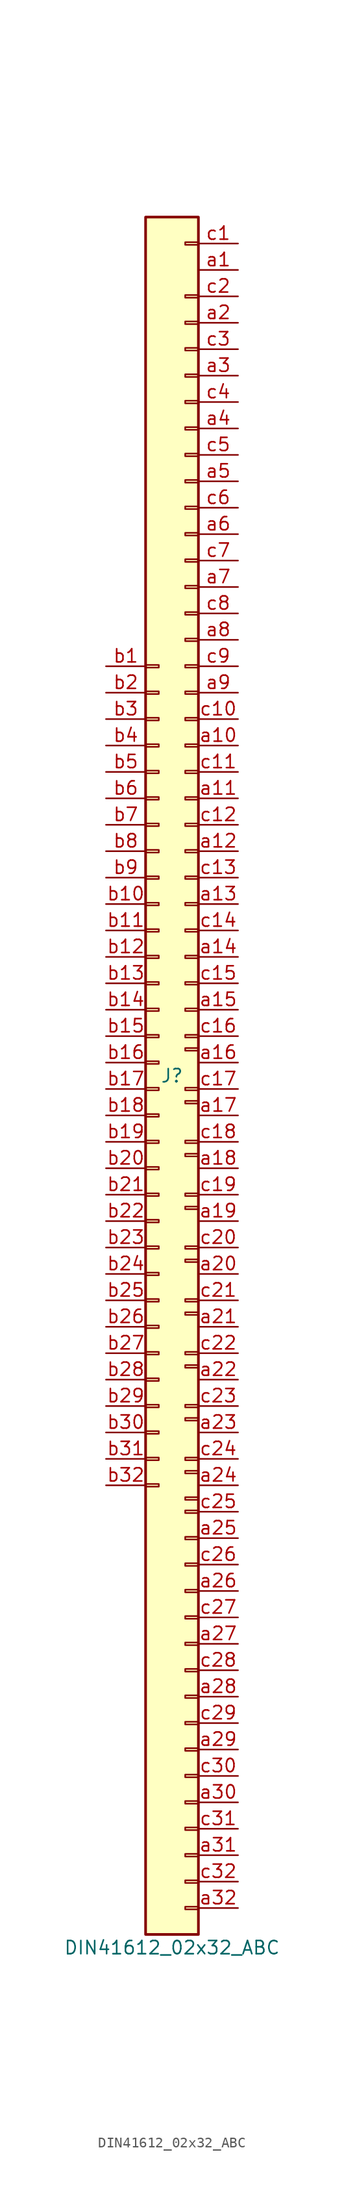
<source format=kicad_sym>
(kicad_symbol_lib
  (version 20231120)
  (generator "kicad_symbol_editor")
  (generator_version "8.0")
  (symbol "DIN41612_02x32_ABC"
    (pin_names
      (offset 1.016) hide)
    (property "Reference" "J"
      (at 1.27 0 0)
      (effects (font (size 1.27 1.27))))
    (property "Value" "DIN41612_02x32_ABC"
      (at 1.27 -83.82 0)
      (effects (font (size 1.27 1.27))))
    (symbol "DIN41612_02x32_ABC_1_1"
      (rectangle (start -1.27 82.55) (end 3.81 -82.55) (stroke (width 0.254) (type default)) (fill (type background)))
      (rectangle (start 0 -39.497) (end -1.27 -39.243) (stroke (width 0.152) (type default)) (fill (type none)))
      (rectangle (start 0 -36.957) (end -1.27 -36.703) (stroke (width 0.152) (type default)) (fill (type none)))
      (rectangle (start 0 -34.417) (end -1.27 -34.163) (stroke (width 0.152) (type default)) (fill (type none)))
      (rectangle (start 0 -31.877) (end -1.27 -31.623) (stroke (width 0.152) (type default)) (fill (type none)))
      (rectangle (start 0 -29.337) (end -1.27 -29.083) (stroke (width 0.152) (type default)) (fill (type none)))
      (rectangle (start 0 -26.797) (end -1.27 -26.543) (stroke (width 0.152) (type default)) (fill (type none)))
      (rectangle (start 0 -24.257) (end -1.27 -24.003) (stroke (width 0.152) (type default)) (fill (type none)))
      (rectangle (start 0 -21.717) (end -1.27 -21.463) (stroke (width 0.152) (type default)) (fill (type none)))
      (rectangle (start 0 -19.177) (end -1.27 -18.923) (stroke (width 0.152) (type default)) (fill (type none)))
      (rectangle (start 0 -16.637) (end -1.27 -16.383) (stroke (width 0.152) (type default)) (fill (type none)))
      (rectangle (start 0 -14.097) (end -1.27 -13.843) (stroke (width 0.152) (type default)) (fill (type none)))
      (rectangle (start 0 -11.557) (end -1.27 -11.303) (stroke (width 0.152) (type default)) (fill (type none)))
      (rectangle (start 0 -9.017) (end -1.27 -8.763) (stroke (width 0.152) (type default)) (fill (type none)))
      (rectangle (start 0 -6.477) (end -1.27 -6.223) (stroke (width 0.152) (type default)) (fill (type none)))
      (rectangle (start 0 -3.937) (end -1.27 -3.683) (stroke (width 0.152) (type default)) (fill (type none)))
      (rectangle (start 0 -1.397) (end -1.27 -1.143) (stroke (width 0.152) (type default)) (fill (type none)))
      (rectangle (start 0 1.143) (end -1.27 1.397) (stroke (width 0.152) (type default)) (fill (type none)))
      (rectangle (start 0 3.683) (end -1.27 3.937) (stroke (width 0.152) (type default)) (fill (type none)))
      (rectangle (start 0 6.223) (end -1.27 6.477) (stroke (width 0.152) (type default)) (fill (type none)))
      (rectangle (start 0 8.763) (end -1.27 9.017) (stroke (width 0.152) (type default)) (fill (type none)))
      (rectangle (start 0 11.303) (end -1.27 11.557) (stroke (width 0.152) (type default)) (fill (type none)))
      (rectangle (start 0 13.843) (end -1.27 14.097) (stroke (width 0.152) (type default)) (fill (type none)))
      (rectangle (start 0 16.383) (end -1.27 16.637) (stroke (width 0.152) (type default)) (fill (type none)))
      (rectangle (start 0 18.923) (end -1.27 19.177) (stroke (width 0.152) (type default)) (fill (type none)))
      (rectangle (start 0 21.463) (end -1.27 21.717) (stroke (width 0.152) (type default)) (fill (type none)))
      (rectangle (start 0 24.003) (end -1.27 24.257) (stroke (width 0.152) (type default)) (fill (type none)))
      (rectangle (start 0 26.543) (end -1.27 26.797) (stroke (width 0.152) (type default)) (fill (type none)))
      (rectangle (start 0 29.083) (end -1.27 29.337) (stroke (width 0.152) (type default)) (fill (type none)))
      (rectangle (start 0 31.623) (end -1.27 31.877) (stroke (width 0.152) (type default)) (fill (type none)))
      (rectangle (start 0 34.163) (end -1.27 34.417) (stroke (width 0.152) (type default)) (fill (type none)))
      (rectangle (start 0 36.703) (end -1.27 36.957) (stroke (width 0.152) (type default)) (fill (type none)))
      (rectangle (start 0 39.243) (end -1.27 39.497) (stroke (width 0.152) (type default)) (fill (type none)))
      (rectangle (start 2.54 -80.137) (end 3.81 -79.883) (stroke (width 0.152) (type default)) (fill (type none)))
      (rectangle (start 2.54 -75.057) (end 3.81 -74.803) (stroke (width 0.152) (type default)) (fill (type none)))
      (rectangle (start 2.54 -69.977) (end 3.81 -69.723) (stroke (width 0.152) (type default)) (fill (type none)))
      (rectangle (start 2.54 -64.897) (end 3.81 -64.643) (stroke (width 0.152) (type default)) (fill (type none)))
      (rectangle (start 2.54 -59.817) (end 3.81 -59.563) (stroke (width 0.152) (type default)) (fill (type none)))
      (rectangle (start 2.54 -54.737) (end 3.81 -54.483) (stroke (width 0.152) (type default)) (fill (type none)))
      (rectangle (start 2.54 -49.657) (end 3.81 -49.403) (stroke (width 0.152) (type default)) (fill (type none)))
      (rectangle (start 2.54 -44.577) (end 3.81 -44.323) (stroke (width 0.152) (type default)) (fill (type none)))
      (rectangle (start 2.54 -40.767) (end 3.81 -40.513) (stroke (width 0.152) (type default)) (fill (type none)))
      (rectangle (start 2.54 -38.227) (end 3.81 -37.973) (stroke (width 0.152) (type default)) (fill (type none)))
      (rectangle (start 2.54 -33.147) (end 3.81 -32.893) (stroke (width 0.152) (type default)) (fill (type none)))
      (rectangle (start 2.54 -28.067) (end 3.81 -27.813) (stroke (width 0.152) (type default)) (fill (type none)))
      (rectangle (start 2.54 -22.987) (end 3.81 -22.733) (stroke (width 0.152) (type default)) (fill (type none)))
      (rectangle (start 2.54 -17.907) (end 3.81 -17.653) (stroke (width 0.152) (type default)) (fill (type none)))
      (rectangle (start 2.54 -12.827) (end 3.81 -12.573) (stroke (width 0.152) (type default)) (fill (type none)))
      (rectangle (start 2.54 -7.747) (end 3.81 -7.493) (stroke (width 0.152) (type default)) (fill (type none)))
      (rectangle (start 2.54 -2.667) (end 3.81 -2.413) (stroke (width 0.152) (type default)) (fill (type none)))
      (rectangle (start 2.54 2.413) (end 3.81 2.667) (stroke (width 0.152) (type default)) (fill (type none)))
      (rectangle (start 2.54 6.223) (end 3.81 6.477) (stroke (width 0.152) (type default)) (fill (type none)))
      (rectangle (start 2.54 11.303) (end 3.81 11.557) (stroke (width 0.152) (type default)) (fill (type none)))
      (rectangle (start 2.54 16.383) (end 3.81 16.637) (stroke (width 0.152) (type default)) (fill (type none)))
      (rectangle (start 2.54 21.463) (end 3.81 21.717) (stroke (width 0.152) (type default)) (fill (type none)))
      (rectangle (start 2.54 26.543) (end 3.81 26.797) (stroke (width 0.152) (type default)) (fill (type none)))
      (rectangle (start 2.54 31.623) (end 3.81 31.877) (stroke (width 0.152) (type default)) (fill (type none)))
      (rectangle (start 2.54 36.703) (end 3.81 36.957) (stroke (width 0.152) (type default)) (fill (type none)))
      (rectangle (start 2.54 41.783) (end 3.81 42.037) (stroke (width 0.152) (type default)) (fill (type none)))
      (rectangle (start 2.54 46.863) (end 3.81 47.117) (stroke (width 0.152) (type default)) (fill (type none)))
      (rectangle (start 2.54 51.943) (end 3.81 52.197) (stroke (width 0.152) (type default)) (fill (type none)))
      (rectangle (start 2.54 57.023) (end 3.81 57.277) (stroke (width 0.152) (type default)) (fill (type none)))
      (rectangle (start 2.54 62.103) (end 3.81 62.357) (stroke (width 0.152) (type default)) (fill (type none)))
      (rectangle (start 2.54 67.183) (end 3.81 67.437) (stroke (width 0.152) (type default)) (fill (type none)))
      (rectangle (start 2.54 72.263) (end 3.81 72.517) (stroke (width 0.152) (type default)) (fill (type none)))
      (rectangle (start 3.81 -77.343) (end 2.54 -77.597) (stroke (width 0.152) (type default)) (fill (type none)))
      (rectangle (start 3.81 -72.263) (end 2.54 -72.517) (stroke (width 0.152) (type default)) (fill (type none)))
      (rectangle (start 3.81 -67.183) (end 2.54 -67.437) (stroke (width 0.152) (type default)) (fill (type none)))
      (rectangle (start 3.81 -62.103) (end 2.54 -62.357) (stroke (width 0.152) (type default)) (fill (type none)))
      (rectangle (start 3.81 -57.023) (end 2.54 -57.277) (stroke (width 0.152) (type default)) (fill (type none)))
      (rectangle (start 3.81 -51.943) (end 2.54 -52.197) (stroke (width 0.152) (type default)) (fill (type none)))
      (rectangle (start 3.81 -46.863) (end 2.54 -47.117) (stroke (width 0.152) (type default)) (fill (type none)))
      (rectangle (start 3.81 -41.783) (end 2.54 -42.037) (stroke (width 0.152) (type default)) (fill (type none)))
      (rectangle (start 3.81 -36.703) (end 2.54 -36.957) (stroke (width 0.152) (type default)) (fill (type none)))
      (rectangle (start 3.81 -31.623) (end 2.54 -31.877) (stroke (width 0.152) (type default)) (fill (type none)))
      (rectangle (start 3.81 -26.543) (end 2.54 -26.797) (stroke (width 0.152) (type default)) (fill (type none)))
      (rectangle (start 3.81 -21.463) (end 2.54 -21.717) (stroke (width 0.152) (type default)) (fill (type none)))
      (rectangle (start 3.81 -16.383) (end 2.54 -16.637) (stroke (width 0.152) (type default)) (fill (type none)))
      (rectangle (start 3.81 -11.303) (end 2.54 -11.557) (stroke (width 0.152) (type default)) (fill (type none)))
      (rectangle (start 3.81 -6.223) (end 2.54 -6.477) (stroke (width 0.152) (type default)) (fill (type none)))
      (rectangle (start 3.81 -1.143) (end 2.54 -1.397) (stroke (width 0.152) (type default)) (fill (type none)))
      (rectangle (start 3.81 3.937) (end 2.54 3.683) (stroke (width 0.152) (type default)) (fill (type none)))
      (rectangle (start 3.81 9.017) (end 2.54 8.763) (stroke (width 0.152) (type default)) (fill (type none)))
      (rectangle (start 3.81 14.097) (end 2.54 13.843) (stroke (width 0.152) (type default)) (fill (type none)))
      (rectangle (start 3.81 19.177) (end 2.54 18.923) (stroke (width 0.152) (type default)) (fill (type none)))
      (rectangle (start 3.81 24.257) (end 2.54 24.003) (stroke (width 0.152) (type default)) (fill (type none)))
      (rectangle (start 3.81 29.337) (end 2.54 29.083) (stroke (width 0.152) (type default)) (fill (type none)))
      (rectangle (start 3.81 34.417) (end 2.54 34.163) (stroke (width 0.152) (type default)) (fill (type none)))
      (rectangle (start 3.81 39.497) (end 2.54 39.243) (stroke (width 0.152) (type default)) (fill (type none)))
      (rectangle (start 3.81 44.577) (end 2.54 44.323) (stroke (width 0.152) (type default)) (fill (type none)))
      (rectangle (start 3.81 49.657) (end 2.54 49.403) (stroke (width 0.152) (type default)) (fill (type none)))
      (rectangle (start 3.81 54.737) (end 2.54 54.483) (stroke (width 0.152) (type default)) (fill (type none)))
      (rectangle (start 3.81 59.817) (end 2.54 59.563) (stroke (width 0.152) (type default)) (fill (type none)))
      (rectangle (start 3.81 64.897) (end 2.54 64.643) (stroke (width 0.152) (type default)) (fill (type none)))
      (rectangle (start 3.81 69.977) (end 2.54 69.723) (stroke (width 0.152) (type default)) (fill (type none)))
      (rectangle (start 3.81 75.057) (end 2.54 74.803) (stroke (width 0.152) (type default)) (fill (type none)))
      (rectangle (start 3.81 80.137) (end 2.54 79.883) (stroke (width 0.152) (type default)) (fill (type none)))
      (pin passive line (at 7.62 77.47 180) (length 3.81) (name "Pin_a1" (effects (font (size 1.27 1.27)))) (number "a1" (effects (font (size 1.27 1.27)))))
      (pin passive line (at 7.62 31.75 180) (length 3.81) (name "Pin_a10" (effects (font (size 1.27 1.27)))) (number "a10" (effects (font (size 1.27 1.27)))))
      (pin passive line (at 7.62 26.67 180) (length 3.81) (name "Pin_a11" (effects (font (size 1.27 1.27)))) (number "a11" (effects (font (size 1.27 1.27)))))
      (pin passive line (at 7.62 21.59 180) (length 3.81) (name "Pin_a12" (effects (font (size 1.27 1.27)))) (number "a12" (effects (font (size 1.27 1.27)))))
      (pin passive line (at 7.62 16.51 180) (length 3.81) (name "Pin_a13" (effects (font (size 1.27 1.27)))) (number "a13" (effects (font (size 1.27 1.27)))))
      (pin passive line (at 7.62 11.43 180) (length 3.81) (name "Pin_a14" (effects (font (size 1.27 1.27)))) (number "a14" (effects (font (size 1.27 1.27)))))
      (pin passive line (at 7.62 6.35 180) (length 3.81) (name "Pin_a15" (effects (font (size 1.27 1.27)))) (number "a15" (effects (font (size 1.27 1.27)))))
      (pin passive line (at 7.62 1.27 180) (length 3.81) (name "Pin_a16" (effects (font (size 1.27 1.27)))) (number "a16" (effects (font (size 1.27 1.27)))))
      (pin passive line (at 7.62 -3.81 180) (length 3.81) (name "Pin_a17" (effects (font (size 1.27 1.27)))) (number "a17" (effects (font (size 1.27 1.27)))))
      (pin passive line (at 7.62 -8.89 180) (length 3.81) (name "Pin_a18" (effects (font (size 1.27 1.27)))) (number "a18" (effects (font (size 1.27 1.27)))))
      (pin passive line (at 7.62 -13.97 180) (length 3.81) (name "Pin_a19" (effects (font (size 1.27 1.27)))) (number "a19" (effects (font (size 1.27 1.27)))))
      (pin passive line (at 7.62 72.39 180) (length 3.81) (name "Pin_a2" (effects (font (size 1.27 1.27)))) (number "a2" (effects (font (size 1.27 1.27)))))
      (pin passive line (at 7.62 -19.05 180) (length 3.81) (name "Pin_a20" (effects (font (size 1.27 1.27)))) (number "a20" (effects (font (size 1.27 1.27)))))
      (pin passive line (at 7.62 -24.13 180) (length 3.81) (name "Pin_a21" (effects (font (size 1.27 1.27)))) (number "a21" (effects (font (size 1.27 1.27)))))
      (pin passive line (at 7.62 -29.21 180) (length 3.81) (name "Pin_a22" (effects (font (size 1.27 1.27)))) (number "a22" (effects (font (size 1.27 1.27)))))
      (pin passive line (at 7.62 -34.29 180) (length 3.81) (name "Pin_a23" (effects (font (size 1.27 1.27)))) (number "a23" (effects (font (size 1.27 1.27)))))
      (pin passive line (at 7.62 -39.37 180) (length 3.81) (name "Pin_a24" (effects (font (size 1.27 1.27)))) (number "a24" (effects (font (size 1.27 1.27)))))
      (pin passive line (at 7.62 -44.45 180) (length 3.81) (name "Pin_a25" (effects (font (size 1.27 1.27)))) (number "a25" (effects (font (size 1.27 1.27)))))
      (pin passive line (at 7.62 -49.53 180) (length 3.81) (name "Pin_a26" (effects (font (size 1.27 1.27)))) (number "a26" (effects (font (size 1.27 1.27)))))
      (pin passive line (at 7.62 -54.61 180) (length 3.81) (name "Pin_a27" (effects (font (size 1.27 1.27)))) (number "a27" (effects (font (size 1.27 1.27)))))
      (pin passive line (at 7.62 -59.69 180) (length 3.81) (name "Pin_a28" (effects (font (size 1.27 1.27)))) (number "a28" (effects (font (size 1.27 1.27)))))
      (pin passive line (at 7.62 -64.77 180) (length 3.81) (name "Pin_a29" (effects (font (size 1.27 1.27)))) (number "a29" (effects (font (size 1.27 1.27)))))
      (pin passive line (at 7.62 67.31 180) (length 3.81) (name "Pin_a3" (effects (font (size 1.27 1.27)))) (number "a3" (effects (font (size 1.27 1.27)))))
      (pin passive line (at 7.62 -69.85 180) (length 3.81) (name "Pin_a30" (effects (font (size 1.27 1.27)))) (number "a30" (effects (font (size 1.27 1.27)))))
      (pin passive line (at 7.62 -74.93 180) (length 3.81) (name "Pin_a31" (effects (font (size 1.27 1.27)))) (number "a31" (effects (font (size 1.27 1.27)))))
      (pin passive line (at 7.62 -80.01 180) (length 3.81) (name "Pin_a32" (effects (font (size 1.27 1.27)))) (number "a32" (effects (font (size 1.27 1.27)))))
      (pin passive line (at 7.62 62.23 180) (length 3.81) (name "Pin_a4" (effects (font (size 1.27 1.27)))) (number "a4" (effects (font (size 1.27 1.27)))))
      (pin passive line (at 7.62 57.15 180) (length 3.81) (name "Pin_a5" (effects (font (size 1.27 1.27)))) (number "a5" (effects (font (size 1.27 1.27)))))
      (pin passive line (at 7.62 52.07 180) (length 3.81) (name "Pin_a6" (effects (font (size 1.27 1.27)))) (number "a6" (effects (font (size 1.27 1.27)))))
      (pin passive line (at 7.62 46.99 180) (length 3.81) (name "Pin_a7" (effects (font (size 1.27 1.27)))) (number "a7" (effects (font (size 1.27 1.27)))))
      (pin passive line (at 7.62 41.91 180) (length 3.81) (name "Pin_a8" (effects (font (size 1.27 1.27)))) (number "a8" (effects (font (size 1.27 1.27)))))
      (pin passive line (at 7.62 36.83 180) (length 3.81) (name "Pin_a9" (effects (font (size 1.27 1.27)))) (number "a9" (effects (font (size 1.27 1.27)))))
      (pin passive line (at -5.08 39.37 0) (length 3.81) (name "Pin_b1" (effects (font (size 1.27 1.27)))) (number "b1" (effects (font (size 1.27 1.27)))))
      (pin passive line (at -5.08 16.51 0) (length 3.81) (name "Pin_b10" (effects (font (size 1.27 1.27)))) (number "b10" (effects (font (size 1.27 1.27)))))
      (pin passive line (at -5.08 13.97 0) (length 3.81) (name "Pin_b11" (effects (font (size 1.27 1.27)))) (number "b11" (effects (font (size 1.27 1.27)))))
      (pin passive line (at -5.08 11.43 0) (length 3.81) (name "Pin_b12" (effects (font (size 1.27 1.27)))) (number "b12" (effects (font (size 1.27 1.27)))))
      (pin passive line (at -5.08 8.89 0) (length 3.81) (name "Pin_b13" (effects (font (size 1.27 1.27)))) (number "b13" (effects (font (size 1.27 1.27)))))
      (pin passive line (at -5.08 6.35 0) (length 3.81) (name "Pin_b14" (effects (font (size 1.27 1.27)))) (number "b14" (effects (font (size 1.27 1.27)))))
      (pin passive line (at -5.08 3.81 0) (length 3.81) (name "Pin_b15" (effects (font (size 1.27 1.27)))) (number "b15" (effects (font (size 1.27 1.27)))))
      (pin passive line (at -5.08 1.27 0) (length 3.81) (name "Pin_b16" (effects (font (size 1.27 1.27)))) (number "b16" (effects (font (size 1.27 1.27)))))
      (pin passive line (at -5.08 -1.27 0) (length 3.81) (name "Pin_b17" (effects (font (size 1.27 1.27)))) (number "b17" (effects (font (size 1.27 1.27)))))
      (pin passive line (at -5.08 -3.81 0) (length 3.81) (name "Pin_b18" (effects (font (size 1.27 1.27)))) (number "b18" (effects (font (size 1.27 1.27)))))
      (pin passive line (at -5.08 -6.35 0) (length 3.81) (name "Pin_b19" (effects (font (size 1.27 1.27)))) (number "b19" (effects (font (size 1.27 1.27)))))
      (pin passive line (at -5.08 36.83 0) (length 3.81) (name "Pin_b2" (effects (font (size 1.27 1.27)))) (number "b2" (effects (font (size 1.27 1.27)))))
      (pin passive line (at -5.08 -8.89 0) (length 3.81) (name "Pin_b20" (effects (font (size 1.27 1.27)))) (number "b20" (effects (font (size 1.27 1.27)))))
      (pin passive line (at -5.08 -11.43 0) (length 3.81) (name "Pin_b21" (effects (font (size 1.27 1.27)))) (number "b21" (effects (font (size 1.27 1.27)))))
      (pin passive line (at -5.08 -13.97 0) (length 3.81) (name "Pin_b22" (effects (font (size 1.27 1.27)))) (number "b22" (effects (font (size 1.27 1.27)))))
      (pin passive line (at -5.08 -16.51 0) (length 3.81) (name "Pin_b23" (effects (font (size 1.27 1.27)))) (number "b23" (effects (font (size 1.27 1.27)))))
      (pin passive line (at -5.08 -19.05 0) (length 3.81) (name "Pin_b24" (effects (font (size 1.27 1.27)))) (number "b24" (effects (font (size 1.27 1.27)))))
      (pin passive line (at -5.08 -21.59 0) (length 3.81) (name "Pin_b25" (effects (font (size 1.27 1.27)))) (number "b25" (effects (font (size 1.27 1.27)))))
      (pin passive line (at -5.08 -24.13 0) (length 3.81) (name "Pin_b26" (effects (font (size 1.27 1.27)))) (number "b26" (effects (font (size 1.27 1.27)))))
      (pin passive line (at -5.08 -26.67 0) (length 3.81) (name "Pin_b27" (effects (font (size 1.27 1.27)))) (number "b27" (effects (font (size 1.27 1.27)))))
      (pin passive line (at -5.08 -29.21 0) (length 3.81) (name "Pin_b28" (effects (font (size 1.27 1.27)))) (number "b28" (effects (font (size 1.27 1.27)))))
      (pin passive line (at -5.08 -31.75 0) (length 3.81) (name "Pin_b29" (effects (font (size 1.27 1.27)))) (number "b29" (effects (font (size 1.27 1.27)))))
      (pin passive line (at -5.08 34.29 0) (length 3.81) (name "Pin_b3" (effects (font (size 1.27 1.27)))) (number "b3" (effects (font (size 1.27 1.27)))))
      (pin passive line (at -5.08 -34.29 0) (length 3.81) (name "Pin_b30" (effects (font (size 1.27 1.27)))) (number "b30" (effects (font (size 1.27 1.27)))))
      (pin passive line (at -5.08 -36.83 0) (length 3.81) (name "Pin_b31" (effects (font (size 1.27 1.27)))) (number "b31" (effects (font (size 1.27 1.27)))))
      (pin passive line (at -5.08 -39.37 0) (length 3.81) (name "Pin_b32" (effects (font (size 1.27 1.27)))) (number "b32" (effects (font (size 1.27 1.27)))))
      (pin passive line (at -5.08 31.75 0) (length 3.81) (name "Pin_b4" (effects (font (size 1.27 1.27)))) (number "b4" (effects (font (size 1.27 1.27)))))
      (pin passive line (at -5.08 29.21 0) (length 3.81) (name "Pin_b5" (effects (font (size 1.27 1.27)))) (number "b5" (effects (font (size 1.27 1.27)))))
      (pin passive line (at -5.08 26.67 0) (length 3.81) (name "Pin_b6" (effects (font (size 1.27 1.27)))) (number "b6" (effects (font (size 1.27 1.27)))))
      (pin passive line (at -5.08 24.13 0) (length 3.81) (name "Pin_b7" (effects (font (size 1.27 1.27)))) (number "b7" (effects (font (size 1.27 1.27)))))
      (pin passive line (at -5.08 21.59 0) (length 3.81) (name "Pin_b8" (effects (font (size 1.27 1.27)))) (number "b8" (effects (font (size 1.27 1.27)))))
      (pin passive line (at -5.08 19.05 0) (length 3.81) (name "Pin_b9" (effects (font (size 1.27 1.27)))) (number "b9" (effects (font (size 1.27 1.27)))))
      (pin passive line (at 7.62 80.01 180) (length 3.81) (name "Pin_c1" (effects (font (size 1.27 1.27)))) (number "c1" (effects (font (size 1.27 1.27)))))
      (pin passive line (at 7.62 34.29 180) (length 3.81) (name "Pin_c10" (effects (font (size 1.27 1.27)))) (number "c10" (effects (font (size 1.27 1.27)))))
      (pin passive line (at 7.62 29.21 180) (length 3.81) (name "Pin_c11" (effects (font (size 1.27 1.27)))) (number "c11" (effects (font (size 1.27 1.27)))))
      (pin passive line (at 7.62 24.13 180) (length 3.81) (name "Pin_c12" (effects (font (size 1.27 1.27)))) (number "c12" (effects (font (size 1.27 1.27)))))
      (pin passive line (at 7.62 19.05 180) (length 3.81) (name "Pin_c13" (effects (font (size 1.27 1.27)))) (number "c13" (effects (font (size 1.27 1.27)))))
      (pin passive line (at 7.62 13.97 180) (length 3.81) (name "Pin_c14" (effects (font (size 1.27 1.27)))) (number "c14" (effects (font (size 1.27 1.27)))))
      (pin passive line (at 7.62 8.89 180) (length 3.81) (name "Pin_c15" (effects (font (size 1.27 1.27)))) (number "c15" (effects (font (size 1.27 1.27)))))
      (pin passive line (at 7.62 3.81 180) (length 3.81) (name "Pin_c16" (effects (font (size 1.27 1.27)))) (number "c16" (effects (font (size 1.27 1.27)))))
      (pin passive line (at 7.62 -1.27 180) (length 3.81) (name "Pin_c17" (effects (font (size 1.27 1.27)))) (number "c17" (effects (font (size 1.27 1.27)))))
      (pin passive line (at 7.62 -6.35 180) (length 3.81) (name "Pin_c18" (effects (font (size 1.27 1.27)))) (number "c18" (effects (font (size 1.27 1.27)))))
      (pin passive line (at 7.62 -11.43 180) (length 3.81) (name "Pin_c19" (effects (font (size 1.27 1.27)))) (number "c19" (effects (font (size 1.27 1.27)))))
      (pin passive line (at 7.62 74.93 180) (length 3.81) (name "Pin_c2" (effects (font (size 1.27 1.27)))) (number "c2" (effects (font (size 1.27 1.27)))))
      (pin passive line (at 7.62 -16.51 180) (length 3.81) (name "Pin_c20" (effects (font (size 1.27 1.27)))) (number "c20" (effects (font (size 1.27 1.27)))))
      (pin passive line (at 7.62 -21.59 180) (length 3.81) (name "Pin_c21" (effects (font (size 1.27 1.27)))) (number "c21" (effects (font (size 1.27 1.27)))))
      (pin passive line (at 7.62 -26.67 180) (length 3.81) (name "Pin_c22" (effects (font (size 1.27 1.27)))) (number "c22" (effects (font (size 1.27 1.27)))))
      (pin passive line (at 7.62 -31.75 180) (length 3.81) (name "Pin_c23" (effects (font (size 1.27 1.27)))) (number "c23" (effects (font (size 1.27 1.27)))))
      (pin passive line (at 7.62 -36.83 180) (length 3.81) (name "Pin_c24" (effects (font (size 1.27 1.27)))) (number "c24" (effects (font (size 1.27 1.27)))))
      (pin passive line (at 7.62 -41.91 180) (length 3.81) (name "Pin_c25" (effects (font (size 1.27 1.27)))) (number "c25" (effects (font (size 1.27 1.27)))))
      (pin passive line (at 7.62 -46.99 180) (length 3.81) (name "Pin_c26" (effects (font (size 1.27 1.27)))) (number "c26" (effects (font (size 1.27 1.27)))))
      (pin passive line (at 7.62 -52.07 180) (length 3.81) (name "Pin_c27" (effects (font (size 1.27 1.27)))) (number "c27" (effects (font (size 1.27 1.27)))))
      (pin passive line (at 7.62 -57.15 180) (length 3.81) (name "Pin_c28" (effects (font (size 1.27 1.27)))) (number "c28" (effects (font (size 1.27 1.27)))))
      (pin passive line (at 7.62 -62.23 180) (length 3.81) (name "Pin_c29" (effects (font (size 1.27 1.27)))) (number "c29" (effects (font (size 1.27 1.27)))))
      (pin passive line (at 7.62 69.85 180) (length 3.81) (name "Pin_c3" (effects (font (size 1.27 1.27)))) (number "c3" (effects (font (size 1.27 1.27)))))
      (pin passive line (at 7.62 -67.31 180) (length 3.81) (name "Pin_c30" (effects (font (size 1.27 1.27)))) (number "c30" (effects (font (size 1.27 1.27)))))
      (pin passive line (at 7.62 -72.39 180) (length 3.81) (name "Pin_c31" (effects (font (size 1.27 1.27)))) (number "c31" (effects (font (size 1.27 1.27)))))
      (pin passive line (at 7.62 -77.47 180) (length 3.81) (name "Pin_c32" (effects (font (size 1.27 1.27)))) (number "c32" (effects (font (size 1.27 1.27)))))
      (pin passive line (at 7.62 64.77 180) (length 3.81) (name "Pin_c4" (effects (font (size 1.27 1.27)))) (number "c4" (effects (font (size 1.27 1.27)))))
      (pin passive line (at 7.62 59.69 180) (length 3.81) (name "Pin_c5" (effects (font (size 1.27 1.27)))) (number "c5" (effects (font (size 1.27 1.27)))))
      (pin passive line (at 7.62 54.61 180) (length 3.81) (name "Pin_c6" (effects (font (size 1.27 1.27)))) (number "c6" (effects (font (size 1.27 1.27)))))
      (pin passive line (at 7.62 49.53 180) (length 3.81) (name "Pin_c7" (effects (font (size 1.27 1.27)))) (number "c7" (effects (font (size 1.27 1.27)))))
      (pin passive line (at 7.62 44.45 180) (length 3.81) (name "Pin_c8" (effects (font (size 1.27 1.27)))) (number "c8" (effects (font (size 1.27 1.27)))))
      (pin passive line (at 7.62 39.37 180) (length 3.81) (name "Pin_c9" (effects (font (size 1.27 1.27)))) (number "c9" (effects (font (size 1.27 1.27))))))))
</source>
